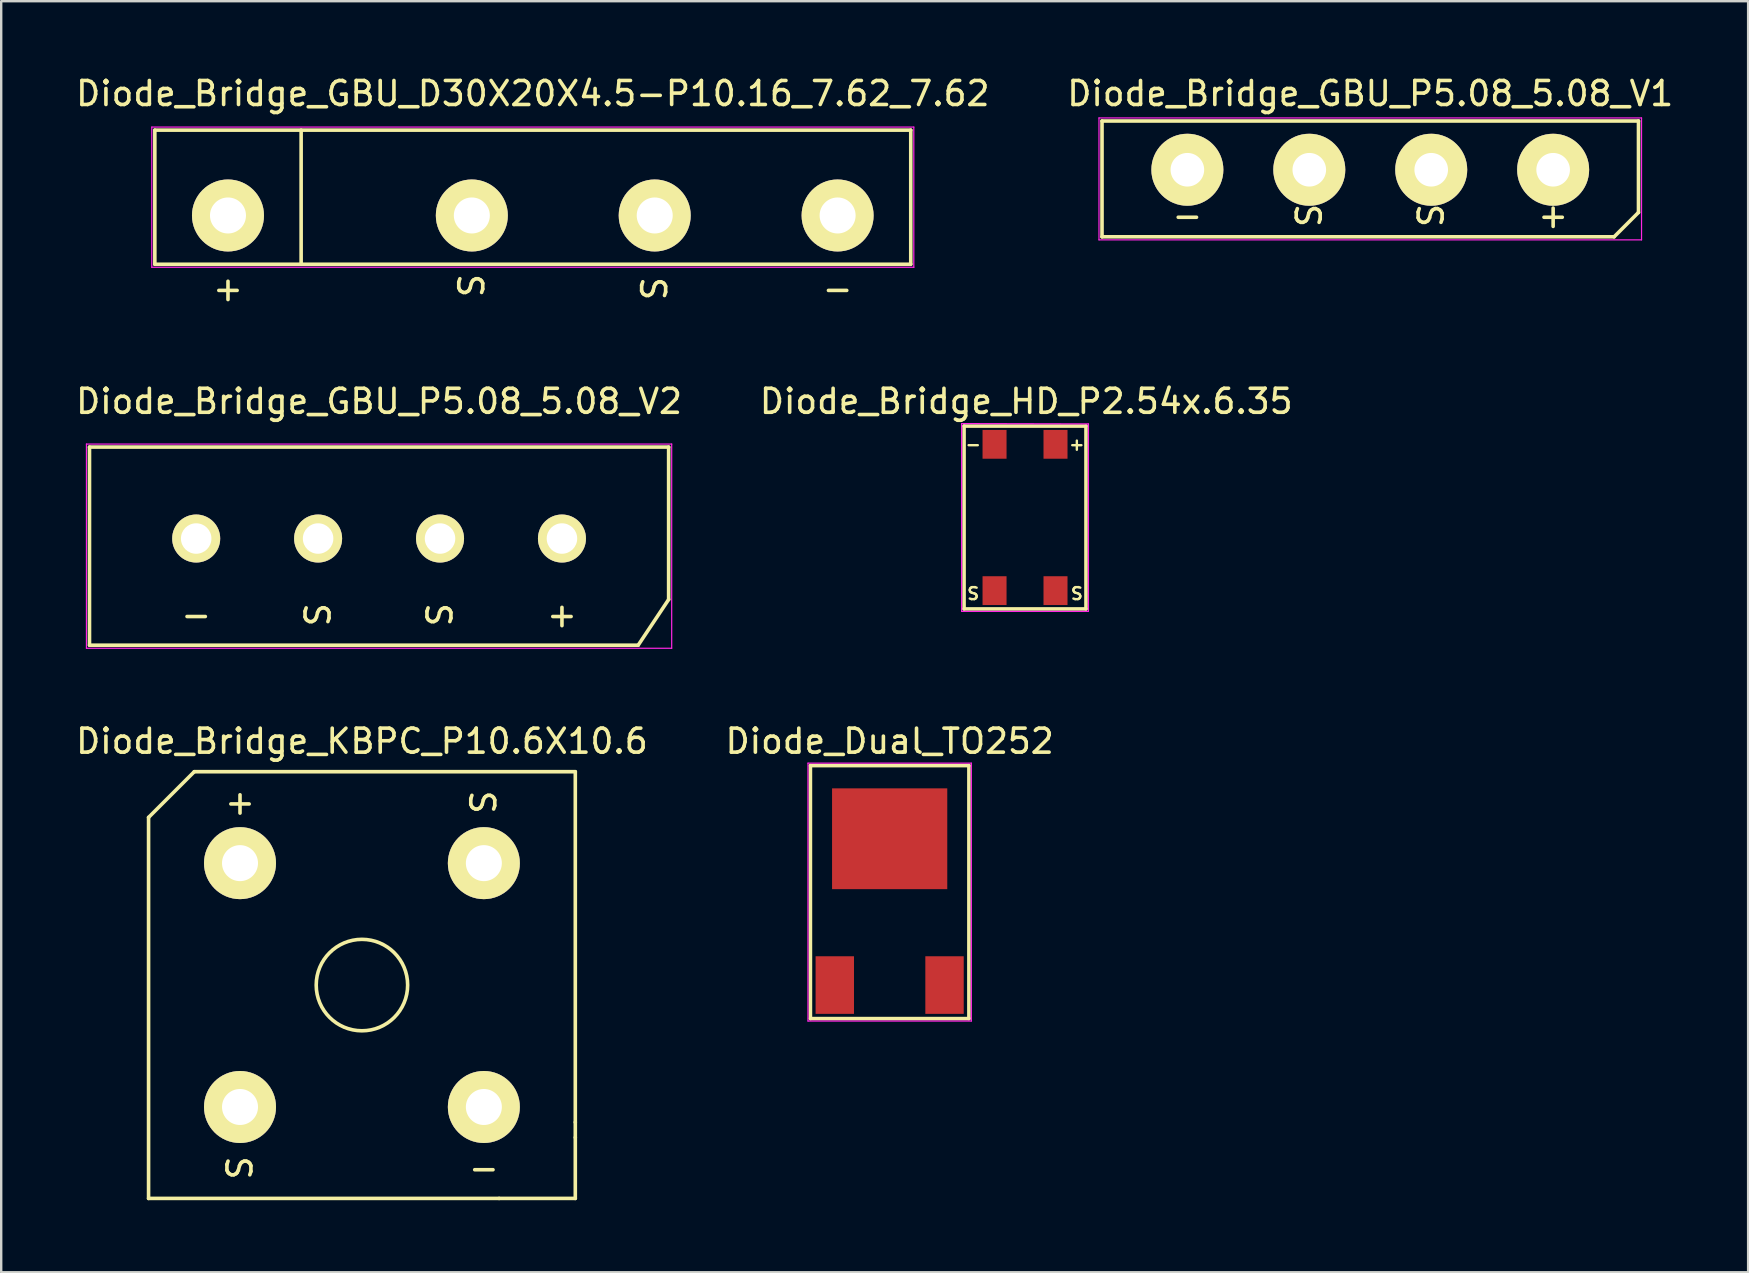
<source format=kicad_pcb>
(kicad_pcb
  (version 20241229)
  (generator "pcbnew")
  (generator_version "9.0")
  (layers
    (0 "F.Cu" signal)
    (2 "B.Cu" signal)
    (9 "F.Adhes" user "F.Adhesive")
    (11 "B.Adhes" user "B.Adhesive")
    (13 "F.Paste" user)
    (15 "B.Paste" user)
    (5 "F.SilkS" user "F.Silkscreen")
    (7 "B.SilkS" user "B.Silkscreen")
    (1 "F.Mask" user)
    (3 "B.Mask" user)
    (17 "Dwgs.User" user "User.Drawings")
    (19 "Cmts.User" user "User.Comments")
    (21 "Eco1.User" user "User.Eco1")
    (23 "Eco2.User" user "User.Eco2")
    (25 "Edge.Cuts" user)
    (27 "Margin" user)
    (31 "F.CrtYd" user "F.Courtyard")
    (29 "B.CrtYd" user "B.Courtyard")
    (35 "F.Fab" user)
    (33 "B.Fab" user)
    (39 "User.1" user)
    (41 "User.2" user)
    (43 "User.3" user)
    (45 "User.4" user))
  (footprint "Diode_Bridge_HD_P2.54x.6.35"
    (layer "F.Cu")
    (at 38.388 21.686)
    (property "Reference" "Diode_Bridge_HD_P2.54x.6.35" (at 1.321 -8.014 0) (layer "F.SilkS") (effects (font (size 1 1) (thickness 0.15))))
    (attr through_hole)
    (fp_line (start -1.27 -6.985) (end -1.27 0.635) (stroke (width 0.15) (type solid)) (layer "F.SilkS"))
    (fp_line (start -1.27 -6.985) (end 3.81 -6.985) (stroke (width 0.15) (type solid)) (layer "F.SilkS"))
    (fp_line (start 3.81 -6.985) (end 3.81 0.635) (stroke (width 0.15) (type solid)) (layer "F.SilkS"))
    (fp_line (start 3.81 0.635) (end -1.27 0.635) (stroke (width 0.15) (type solid)) (layer "F.SilkS"))
    (fp_line (start -1.372 -7.087) (end 3.912 -7.074) (stroke (width 0.05) (type solid)) (layer "F.CrtYd"))
    (fp_line (start -1.372 0.737) (end -1.372 -7.087) (stroke (width 0.05) (type solid)) (layer "F.CrtYd"))
    (fp_line (start 3.912 -7.074) (end 3.912 0.737) (stroke (width 0.05) (type solid)) (layer "F.CrtYd"))
    (fp_line (start 3.912 0.737) (end -1.372 0.737) (stroke (width 0.05) (type solid)) (layer "F.CrtYd"))
    (fp_text user "S" (at 3.429 0 0) (layer "F.SilkS") (effects (font (size 0.5 0.5) (thickness 0.1))))
    (fp_text user "-" (at -0.889 -6.223 0) (layer "F.SilkS") (effects (font (size 0.5 0.5) (thickness 0.1))))
    (fp_text user "+" (at 3.429 -6.223 0) (layer "F.SilkS") (effects (font (size 0.5 0.5) (thickness 0.1))))
    (fp_text user "S" (at -0.889 0 0) (layer "F.SilkS") (effects (font (size 0.5 0.5) (thickness 0.1))))
    (pad "1" smd trapezoid (at 0 -0.127) (size 1 1.2) (layers "F.Cu" "F.Mask" "F.Paste"))
    (pad "2" smd trapezoid (at 2.54 -0.127) (size 1 1.2) (layers "F.Cu" "F.Mask" "F.Paste"))
    (pad "3" smd trapezoid (at 2.54 -6.223) (size 1 1.2) (layers "F.Cu" "F.Mask" "F.Paste"))
    (pad "4" smd trapezoid (at 0 -6.223) (size 1 1.2) (layers "F.Cu" "F.Mask" "F.Paste")))
  (footprint "Diode_Bridge_GBU_D30X20X4.5-P10.16_7.62_7.62"
    (layer "F.Cu")
    (at 19.149 5.928)
    (property "Reference" "Diode_Bridge_GBU_D30X20X4.5-P10.16_7.62_7.62" (at 0 -5.08 0) (layer "F.SilkS") (effects (font (size 1 1) (thickness 0.15))))
    (attr through_hole)
    (fp_line (start -15.748 -3.556) (end -15.748 2.032) (stroke (width 0.15) (type solid)) (layer "F.SilkS"))
    (fp_line (start -15.748 -3.556) (end 15.748 -3.556) (stroke (width 0.15) (type solid)) (layer "F.SilkS"))
    (fp_line (start -15.748 2.032) (end 15.748 2.032) (stroke (width 0.15) (type solid)) (layer "F.SilkS"))
    (fp_line (start -9.652 -3.556) (end -9.652 2.032) (stroke (width 0.15) (type solid)) (layer "F.SilkS"))
    (fp_line (start 15.748 -3.556) (end 15.748 2.032) (stroke (width 0.15) (type solid)) (layer "F.SilkS"))
    (fp_line (start -15.875 -3.683) (end 15.875 -3.683) (stroke (width 0.05) (type solid)) (layer "F.CrtYd"))
    (fp_line (start -15.875 2.159) (end -15.875 -3.683) (stroke (width 0.05) (type solid)) (layer "F.CrtYd"))
    (fp_line (start 15.875 -3.683) (end 15.875 2.159) (stroke (width 0.05) (type solid)) (layer "F.CrtYd"))
    (fp_line (start 15.875 2.159) (end -15.875 2.159) (stroke (width 0.05) (type solid)) (layer "F.CrtYd"))
    (fp_text user "S" (at -2.54 2.921 90) (layer "F.SilkS") (effects (font (size 1 1) (thickness 0.15))))
    (fp_text user "+" (at -12.7 3.048 0) (layer "F.SilkS") (effects (font (size 1 1) (thickness 0.15))))
    (fp_text user "-" (at 12.7 3.048 0) (layer "F.SilkS") (effects (font (size 1 1) (thickness 0.15))))
    (fp_text user "S" (at 5.08 3.048 90) (layer "F.SilkS") (effects (font (size 1 1) (thickness 0.15))))
    (pad "1" thru_hole circle (at -12.7 0) (size 3 3) (drill 1.5) (layers "*.Cu" "*.Mask" "F.SilkS"))
    (pad "2" thru_hole circle (at -2.54 0) (size 3 3) (drill 1.5) (layers "*.Cu" "*.Mask" "F.SilkS"))
    (pad "3" thru_hole circle (at 5.08 0) (size 3 3) (drill 1.5) (layers "*.Cu" "*.Mask" "F.SilkS"))
    (pad "4" thru_hole circle (at 12.7 0) (size 3 3) (drill 1.5) (layers "*.Cu" "*.Mask" "F.SilkS")))
  (footprint "Diode_Bridge_KBPC_P10.6X10.6"
    (layer "F.Cu")
    (at 12.03 37.993)
    (property "Reference" "Diode_Bridge_KBPC_P10.6X10.6" (at 0 -10.16 0) (layer "F.SilkS") (effects (font (size 1 1) (thickness 0.15))))
    (attr through_hole)
    (fp_line (start -8.89 -6.985) (end -6.985 -8.89) (stroke (width 0.15) (type solid)) (layer "F.SilkS"))
    (fp_line (start -8.89 8.89) (end -8.89 -6.985) (stroke (width 0.15) (type solid)) (layer "F.SilkS"))
    (fp_line (start -6.985 -8.89) (end 8.89 -8.89) (stroke (width 0.15) (type solid)) (layer "F.SilkS"))
    (fp_line (start 5.715 8.89) (end -8.89 8.89) (stroke (width 0.15) (type solid)) (layer "F.SilkS"))
    (fp_line (start 8.89 -8.89) (end 8.89 5.715) (stroke (width 0.15) (type solid)) (layer "F.SilkS"))
    (fp_line (start 8.89 5.715) (end 8.89 6.35) (stroke (width 0.15) (type solid)) (layer "F.SilkS"))
    (fp_line (start 8.89 6.35) (end 8.89 8.89) (stroke (width 0.15) (type solid)) (layer "F.SilkS"))
    (fp_line (start 8.89 8.89) (end 5.715 8.89) (stroke (width 0.15) (type solid)) (layer "F.SilkS"))
    (fp_circle (center 0 0) (end 1.905 0) (stroke (width 0.15) (type solid)) (fill no) (layer "F.SilkS"))
    (fp_text user "S" (at 5.08 -7.62 90) (layer "F.SilkS") (effects (font (size 1 1) (thickness 0.15))))
    (fp_text user "+" (at -5.08 -7.62 0) (layer "F.SilkS") (effects (font (size 1 1) (thickness 0.15))))
    (fp_text user "-" (at 5.08 7.62 0) (layer "F.SilkS") (effects (font (size 1 1) (thickness 0.15))))
    (fp_text user "S" (at -5.08 7.62 90) (layer "F.SilkS") (effects (font (size 1 1) (thickness 0.15))))
    (pad "1" thru_hole circle (at -5.08 5.08) (size 3 3) (drill 1.5) (layers "*.Cu" "*.Mask" "F.SilkS"))
    (pad "2" thru_hole circle (at 5.08 5.08) (size 3 3) (drill 1.5) (layers "*.Cu" "*.Mask" "F.SilkS"))
    (pad "3" thru_hole circle (at 5.08 -5.08) (size 3 3) (drill 1.5) (layers "*.Cu" "*.Mask" "F.SilkS"))
    (pad "4" thru_hole circle (at -5.08 -5.08) (size 3 3) (drill 1.5) (layers "*.Cu" "*.Mask" "F.SilkS")))
  (footprint "Diode_Bridge_GBU_P5.08_5.08_V2"
    (layer "F.Cu")
    (at 12.744 19.388)
    (property "Reference" "Diode_Bridge_GBU_P5.08_5.08_V2" (at 0 -5.715 0) (layer "F.SilkS") (effects (font (size 1 1) (thickness 0.15))))
    (attr through_hole)
    (fp_line (start -12.065 -3.81) (end 12.065 -3.81) (stroke (width 0.15) (type solid)) (layer "F.SilkS"))
    (fp_line (start -12.065 4.445) (end -12.065 -3.81) (stroke (width 0.15) (type solid)) (layer "F.SilkS"))
    (fp_line (start 10.795 4.445) (end -12.065 4.445) (stroke (width 0.15) (type solid)) (layer "F.SilkS"))
    (fp_line (start 12.065 -3.81) (end 12.065 2.54) (stroke (width 0.15) (type solid)) (layer "F.SilkS"))
    (fp_line (start 12.065 2.54) (end 10.795 4.445) (stroke (width 0.15) (type solid)) (layer "F.SilkS"))
    (fp_line (start -12.192 -3.937) (end -12.192 4.572) (stroke (width 0.05) (type solid)) (layer "F.CrtYd"))
    (fp_line (start -12.192 4.572) (end 12.192 4.572) (stroke (width 0.05) (type solid)) (layer "F.CrtYd"))
    (fp_line (start 12.192 -3.937) (end -12.192 -3.937) (stroke (width 0.05) (type solid)) (layer "F.CrtYd"))
    (fp_line (start 12.192 4.572) (end 12.192 -3.937) (stroke (width 0.05) (type solid)) (layer "F.CrtYd"))
    (fp_text user "+" (at 7.62 3.175 0) (layer "F.SilkS") (effects (font (size 1 1) (thickness 0.15))))
    (fp_text user "S" (at -2.54 3.175 90) (layer "F.SilkS") (effects (font (size 1 1) (thickness 0.15))))
    (fp_text user "-" (at -7.62 3.175 0) (layer "F.SilkS") (effects (font (size 1 1) (thickness 0.15))))
    (fp_text user "S" (at 2.54 3.175 90) (layer "F.SilkS") (effects (font (size 1 1) (thickness 0.15))))
    (pad "1" thru_hole circle (at -7.62 0) (size 2 2) (drill 1.27) (layers "*.Cu" "*.Mask" "F.SilkS"))
    (pad "2" thru_hole circle (at -2.54 0) (size 2 2) (drill 1.27) (layers "*.Cu" "*.Mask" "F.SilkS"))
    (pad "3" thru_hole circle (at 2.54 0) (size 2 2) (drill 1.27) (layers "*.Cu" "*.Mask" "F.SilkS"))
    (pad "4" thru_hole circle (at 7.62 0) (size 2 2) (drill 1.27) (layers "*.Cu" "*.Mask" "F.SilkS")))
  (footprint "Diode_Bridge_GBU_P5.08_5.08_V1"
    (layer "F.Cu")
    (at 54.042 4.023)
    (property "Reference" "Diode_Bridge_GBU_P5.08_5.08_V1" (at 0 -3.175 0) (layer "F.SilkS") (effects (font (size 1 1) (thickness 0.15))))
    (attr through_hole)
    (fp_line (start -11.176 -2.032) (end 11.176 -2.032) (stroke (width 0.15) (type solid)) (layer "F.SilkS"))
    (fp_line (start -11.176 2.794) (end -11.176 -2.032) (stroke (width 0.15) (type solid)) (layer "F.SilkS"))
    (fp_line (start 10.16 2.794) (end -11.176 2.794) (stroke (width 0.15) (type solid)) (layer "F.SilkS"))
    (fp_line (start 11.176 -2.032) (end 11.176 1.778) (stroke (width 0.15) (type solid)) (layer "F.SilkS"))
    (fp_line (start 11.176 1.778) (end 10.16 2.794) (stroke (width 0.15) (type solid)) (layer "F.SilkS"))
    (fp_line (start -11.303 -2.159) (end 11.303 -2.159) (stroke (width 0.05) (type solid)) (layer "F.CrtYd"))
    (fp_line (start -11.303 2.921) (end -11.303 -2.159) (stroke (width 0.05) (type solid)) (layer "F.CrtYd"))
    (fp_line (start 11.303 -2.159) (end 11.303 2.921) (stroke (width 0.05) (type solid)) (layer "F.CrtYd"))
    (fp_line (start 11.303 2.921) (end -11.303 2.921) (stroke (width 0.05) (type solid)) (layer "F.CrtYd"))
    (fp_text user "S" (at -2.54 1.905 90) (layer "F.SilkS") (effects (font (size 1 1) (thickness 0.15))))
    (fp_text user "+" (at 7.62 1.905 0) (layer "F.SilkS") (effects (font (size 1 1) (thickness 0.15))))
    (fp_text user "-" (at -7.62 1.905 0) (layer "F.SilkS") (effects (font (size 1 1) (thickness 0.15))))
    (fp_text user "S" (at 2.54 1.905 90) (layer "F.SilkS") (effects (font (size 1 1) (thickness 0.15))))
    (pad "1" thru_hole circle (at -7.62 0) (size 3 3) (drill 1.4) (layers "*.Cu" "*.Mask" "F.SilkS"))
    (pad "2" thru_hole circle (at -2.54 0) (size 3 3) (drill 1.4) (layers "*.Cu" "*.Mask" "F.SilkS"))
    (pad "3" thru_hole circle (at 2.54 0) (size 3 3) (drill 1.4) (layers "*.Cu" "*.Mask" "F.SilkS"))
    (pad "4" thru_hole circle (at 7.62 0) (size 3 3) (drill 1.4) (layers "*.Cu" "*.Mask" "F.SilkS")))
  (footprint "Diode_Dual_TO252"
    (layer "F.Cu")
    (at 31.732 37.993)
    (property "Reference" "Diode_Dual_TO252" (at 2.286 -10.16 0) (layer "F.SilkS") (effects (font (size 1 1) (thickness 0.15))))
    (attr through_hole)
    (fp_line (start -1.016 -9.144) (end -1.016 1.397) (stroke (width 0.15) (type solid)) (layer "F.SilkS"))
    (fp_line (start -1.016 -9.144) (end 5.588 -9.144) (stroke (width 0.15) (type solid)) (layer "F.SilkS"))
    (fp_line (start 5.588 1.397) (end -1.016 1.397) (stroke (width 0.15) (type solid)) (layer "F.SilkS"))
    (fp_line (start 5.588 1.397) (end 5.588 -9.144) (stroke (width 0.15) (type solid)) (layer "F.SilkS"))
    (fp_line (start -1.118 -9.246) (end 5.69 -9.246) (stroke (width 0.05) (type solid)) (layer "F.CrtYd"))
    (fp_line (start -1.118 1.499) (end -1.118 -9.246) (stroke (width 0.05) (type solid)) (layer "F.CrtYd"))
    (fp_line (start 5.69 -9.246) (end 5.69 1.499) (stroke (width 0.05) (type solid)) (layer "F.CrtYd"))
    (fp_line (start 5.69 1.499) (end -1.118 1.499) (stroke (width 0.05) (type solid)) (layer "F.CrtYd"))
    (pad "1" smd rect (at 0 0) (size 1.6 2.4) (layers "F.Cu" "F.Mask" "F.Paste"))
    (pad "2" smd rect (at 4.572 0) (size 1.6 2.4) (layers "F.Cu" "F.Mask" "F.Paste"))
    (pad "3" connect rect (at 2.286 -6.096) (size 4.8 4.2) (layers "F.Cu" "F.Mask")))
  (gr_rect
    (start -3 -3)
    (end 69.786 49.958)
    (stroke (width 0.1) (type default))
    (fill no)
    (layer "Edge.Cuts")))
</source>
